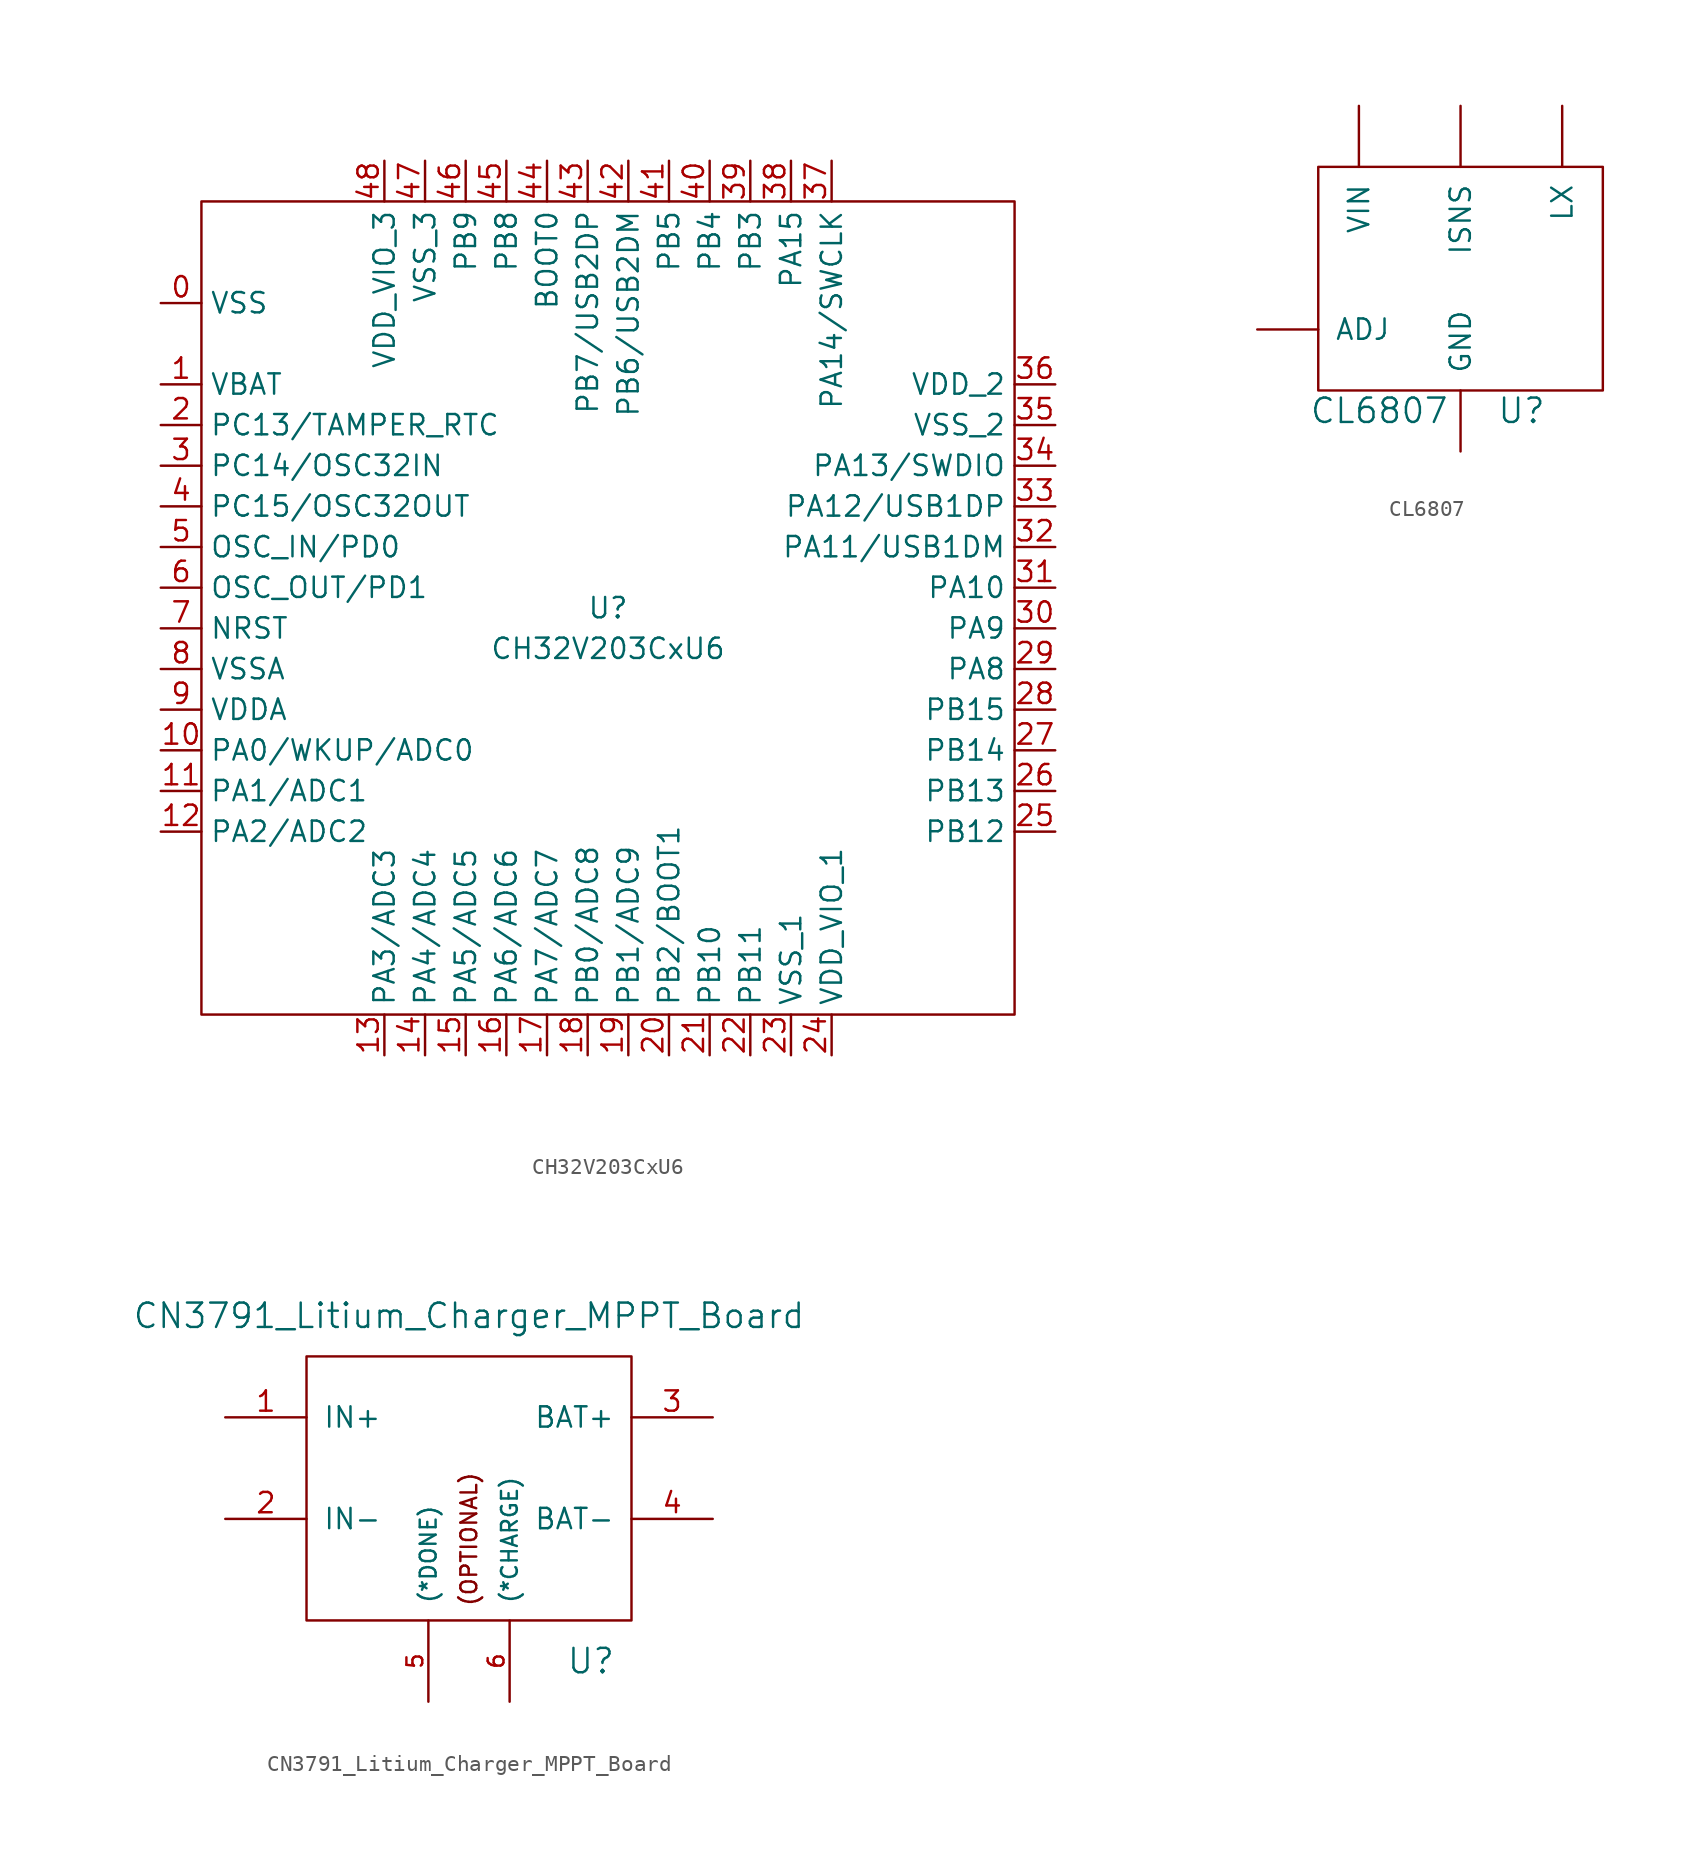
<source format=kicad_sym>
(kicad_symbol_lib
  (version 20220914)
  (generator kicad_symbol_editor)
  (symbol "CH32V203CxU6"
    (property "Reference" "U"
      (at 0 0 0)
      (effects (font (size 1.27 1.27))))
    (property "Value" "CH32V203CxU6"
      (at 0 -2.54 0)
      (effects (font (size 1.27 1.27))))
    (symbol "CH32V203CxU6_0_1"
      (rectangle (start -25.4 25.4) (end 25.4 -25.4) (stroke (width 0) (type default)) (fill (type none))))
    (symbol "CH32V203CxU6_1_1"
      (pin input line (at -27.94 19.05 0) (length 2.54) (name "VSS" (effects (font (size 1.27 1.27)))) (number "0" (effects (font (size 1.27 1.27)))))
      (pin input line (at -27.94 13.97 0) (length 2.54) (name "VBAT" (effects (font (size 1.27 1.27)))) (number "1" (effects (font (size 1.27 1.27)))))
      (pin input line (at -27.94 -8.89 0) (length 2.54) (name "PA0/WKUP/ADC0" (effects (font (size 1.27 1.27)))) (number "10" (effects (font (size 1.27 1.27)))))
      (pin input line (at -27.94 -11.43 0) (length 2.54) (name "PA1/ADC1" (effects (font (size 1.27 1.27)))) (number "11" (effects (font (size 1.27 1.27)))))
      (pin input line (at -27.94 -13.97 0) (length 2.54) (name "PA2/ADC2" (effects (font (size 1.27 1.27)))) (number "12" (effects (font (size 1.27 1.27)))))
      (pin input line (at -13.97 -27.94 90) (length 2.54) (name "PA3/ADC3" (effects (font (size 1.27 1.27)))) (number "13" (effects (font (size 1.27 1.27)))))
      (pin input line (at -11.43 -27.94 90) (length 2.54) (name "PA4/ADC4" (effects (font (size 1.27 1.27)))) (number "14" (effects (font (size 1.27 1.27)))))
      (pin input line (at -8.89 -27.94 90) (length 2.54) (name "PA5/ADC5" (effects (font (size 1.27 1.27)))) (number "15" (effects (font (size 1.27 1.27)))))
      (pin input line (at -6.35 -27.94 90) (length 2.54) (name "PA6/ADC6" (effects (font (size 1.27 1.27)))) (number "16" (effects (font (size 1.27 1.27)))))
      (pin input line (at -3.81 -27.94 90) (length 2.54) (name "PA7/ADC7" (effects (font (size 1.27 1.27)))) (number "17" (effects (font (size 1.27 1.27)))))
      (pin input line (at -1.27 -27.94 90) (length 2.54) (name "PB0/ADC8" (effects (font (size 1.27 1.27)))) (number "18" (effects (font (size 1.27 1.27)))))
      (pin input line (at 1.27 -27.94 90) (length 2.54) (name "PB1/ADC9" (effects (font (size 1.27 1.27)))) (number "19" (effects (font (size 1.27 1.27)))))
      (pin input line (at -27.94 11.43 0) (length 2.54) (name "PC13/TAMPER_RTC" (effects (font (size 1.27 1.27)))) (number "2" (effects (font (size 1.27 1.27)))))
      (pin input line (at 3.81 -27.94 90) (length 2.54) (name "PB2/BOOT1" (effects (font (size 1.27 1.27)))) (number "20" (effects (font (size 1.27 1.27)))))
      (pin input line (at 6.35 -27.94 90) (length 2.54) (name "PB10" (effects (font (size 1.27 1.27)))) (number "21" (effects (font (size 1.27 1.27)))))
      (pin input line (at 8.89 -27.94 90) (length 2.54) (name "PB11" (effects (font (size 1.27 1.27)))) (number "22" (effects (font (size 1.27 1.27)))))
      (pin input line (at 11.43 -27.94 90) (length 2.54) (name "VSS_1" (effects (font (size 1.27 1.27)))) (number "23" (effects (font (size 1.27 1.27)))))
      (pin input line (at 13.97 -27.94 90) (length 2.54) (name "VDD_VIO_1" (effects (font (size 1.27 1.27)))) (number "24" (effects (font (size 1.27 1.27)))))
      (pin input line (at 27.94 -13.97 180) (length 2.54) (name "PB12" (effects (font (size 1.27 1.27)))) (number "25" (effects (font (size 1.27 1.27)))))
      (pin input line (at 27.94 -11.43 180) (length 2.54) (name "PB13" (effects (font (size 1.27 1.27)))) (number "26" (effects (font (size 1.27 1.27)))))
      (pin input line (at 27.94 -8.89 180) (length 2.54) (name "PB14" (effects (font (size 1.27 1.27)))) (number "27" (effects (font (size 1.27 1.27)))))
      (pin input line (at 27.94 -6.35 180) (length 2.54) (name "PB15" (effects (font (size 1.27 1.27)))) (number "28" (effects (font (size 1.27 1.27)))))
      (pin input line (at 27.94 -3.81 180) (length 2.54) (name "PA8" (effects (font (size 1.27 1.27)))) (number "29" (effects (font (size 1.27 1.27)))))
      (pin input line (at -27.94 8.89 0) (length 2.54) (name "PC14/OSC32IN" (effects (font (size 1.27 1.27)))) (number "3" (effects (font (size 1.27 1.27)))))
      (pin input line (at 27.94 -1.27 180) (length 2.54) (name "PA9" (effects (font (size 1.27 1.27)))) (number "30" (effects (font (size 1.27 1.27)))))
      (pin input line (at 27.94 1.27 180) (length 2.54) (name "PA10" (effects (font (size 1.27 1.27)))) (number "31" (effects (font (size 1.27 1.27)))))
      (pin input line (at 27.94 3.81 180) (length 2.54) (name "PA11/USB1DM" (effects (font (size 1.27 1.27)))) (number "32" (effects (font (size 1.27 1.27)))))
      (pin input line (at 27.94 6.35 180) (length 2.54) (name "PA12/USB1DP" (effects (font (size 1.27 1.27)))) (number "33" (effects (font (size 1.27 1.27)))))
      (pin input line (at 27.94 8.89 180) (length 2.54) (name "PA13/SWDIO" (effects (font (size 1.27 1.27)))) (number "34" (effects (font (size 1.27 1.27)))))
      (pin input line (at 27.94 11.43 180) (length 2.54) (name "VSS_2" (effects (font (size 1.27 1.27)))) (number "35" (effects (font (size 1.27 1.27)))))
      (pin input line (at 27.94 13.97 180) (length 2.54) (name "VDD_2" (effects (font (size 1.27 1.27)))) (number "36" (effects (font (size 1.27 1.27)))))
      (pin input line (at 13.97 27.94 270) (length 2.54) (name "PA14/SWCLK" (effects (font (size 1.27 1.27)))) (number "37" (effects (font (size 1.27 1.27)))))
      (pin input line (at 11.43 27.94 270) (length 2.54) (name "PA15" (effects (font (size 1.27 1.27)))) (number "38" (effects (font (size 1.27 1.27)))))
      (pin input line (at 8.89 27.94 270) (length 2.54) (name "PB3" (effects (font (size 1.27 1.27)))) (number "39" (effects (font (size 1.27 1.27)))))
      (pin input line (at -27.94 6.35 0) (length 2.54) (name "PC15/OSC32OUT" (effects (font (size 1.27 1.27)))) (number "4" (effects (font (size 1.27 1.27)))))
      (pin input line (at 6.35 27.94 270) (length 2.54) (name "PB4" (effects (font (size 1.27 1.27)))) (number "40" (effects (font (size 1.27 1.27)))))
      (pin input line (at 3.81 27.94 270) (length 2.54) (name "PB5" (effects (font (size 1.27 1.27)))) (number "41" (effects (font (size 1.27 1.27)))))
      (pin input line (at 1.27 27.94 270) (length 2.54) (name "PB6/USB2DM" (effects (font (size 1.27 1.27)))) (number "42" (effects (font (size 1.27 1.27)))))
      (pin input line (at -1.27 27.94 270) (length 2.54) (name "PB7/USB2DP" (effects (font (size 1.27 1.27)))) (number "43" (effects (font (size 1.27 1.27)))))
      (pin input line (at -3.81 27.94 270) (length 2.54) (name "BOOT0" (effects (font (size 1.27 1.27)))) (number "44" (effects (font (size 1.27 1.27)))))
      (pin input line (at -6.35 27.94 270) (length 2.54) (name "PB8" (effects (font (size 1.27 1.27)))) (number "45" (effects (font (size 1.27 1.27)))))
      (pin input line (at -8.89 27.94 270) (length 2.54) (name "PB9" (effects (font (size 1.27 1.27)))) (number "46" (effects (font (size 1.27 1.27)))))
      (pin input line (at -11.43 27.94 270) (length 2.54) (name "VSS_3" (effects (font (size 1.27 1.27)))) (number "47" (effects (font (size 1.27 1.27)))))
      (pin input line (at -13.97 27.94 270) (length 2.54) (name "VDD_VIO_3" (effects (font (size 1.27 1.27)))) (number "48" (effects (font (size 1.27 1.27)))))
      (pin input line (at -27.94 3.81 0) (length 2.54) (name "OSC_IN/PD0" (effects (font (size 1.27 1.27)))) (number "5" (effects (font (size 1.27 1.27)))))
      (pin input line (at -27.94 1.27 0) (length 2.54) (name "OSC_OUT/PD1" (effects (font (size 1.27 1.27)))) (number "6" (effects (font (size 1.27 1.27)))))
      (pin input line (at -27.94 -1.27 0) (length 2.54) (name "NRST" (effects (font (size 1.27 1.27)))) (number "7" (effects (font (size 1.27 1.27)))))
      (pin input line (at -27.94 -3.81 0) (length 2.54) (name "VSSA" (effects (font (size 1.27 1.27)))) (number "8" (effects (font (size 1.27 1.27)))))
      (pin input line (at -27.94 -6.35 0) (length 2.54) (name "VDDA" (effects (font (size 1.27 1.27)))) (number "9" (effects (font (size 1.27 1.27)))))))
  (symbol "CL6807"
    (pin_names
      (offset 1.016))
    (property "Reference" "U"
      (at 3.81 -8.89 0)
      (effects (font (size 1.524 1.524))))
    (property "Value" "CL6807"
      (at -5.08 -8.89 0)
      (effects (font (size 1.524 1.524))))
    (property "Footprint" ""
      (at -1.27 1.27 0)
      (effects (font (size 1.524 1.524))))
    (property "Datasheet" ""
      (at -1.27 1.27 0)
      (effects (font (size 1.524 1.524))))
    (symbol "CL6807_0_1"
      (rectangle (start -8.89 6.35) (end 8.89 -7.62) (stroke (width 0) (type solid)) (fill (type none))))
    (symbol "CL6807_1_1"
      (pin input line (at -12.7 -3.81 0) (length 3.81) (name "ADJ" (effects (font (size 1.27 1.27)))) (number "~" (effects (font (size 1.27 1.27)))))
      (pin input line (at 0 -11.43 90) (length 3.81) (name "GND" (effects (font (size 1.27 1.27)))) (number "~" (effects (font (size 1.27 1.27)))))
      (pin input line (at 0 10.16 270) (length 3.81) (name "ISNS" (effects (font (size 1.27 1.27)))) (number "~" (effects (font (size 1.27 1.27)))))
      (pin input line (at 6.35 10.16 270) (length 3.81) (name "LX" (effects (font (size 1.27 1.27)))) (number "~" (effects (font (size 1.27 1.27)))))
      (pin input line (at -6.35 10.16 270) (length 3.81) (name "VIN" (effects (font (size 1.27 1.27)))) (number "~" (effects (font (size 1.27 1.27)))))))
  (symbol "CN3791_Litium_Charger_MPPT_Board"
    (pin_names
      (offset 1.016))
    (property "Reference" "U"
      (at 7.62 -11.43 0)
      (effects (font (size 1.524 1.524))))
    (property "Value" "CN3791_Litium_Charger_MPPT_Board"
      (at 0 10.16 0)
      (effects (font (size 1.524 1.524))))
    (property "Footprint" ""
      (at 11.43 -5.08 0)
      (effects (font (size 1.524 1.524))))
    (property "Datasheet" ""
      (at 11.43 -5.08 0)
      (effects (font (size 1.524 1.524))))
    (symbol "CN3791_Litium_Charger_MPPT_Board_0_0"
      (text "(OPTIONAL)" (at 0 -3.81 900) (effects (font (size 0.991 0.991)))))
    (symbol "CN3791_Litium_Charger_MPPT_Board_0_1"
      (rectangle (start -10.16 7.62) (end 10.16 -8.89) (stroke (width 0) (type solid)) (fill (type none))))
    (symbol "CN3791_Litium_Charger_MPPT_Board_1_1"
      (pin input line (at -15.24 3.81 0) (length 5.08) (name "IN+" (effects (font (size 1.27 1.27)))) (number "1" (effects (font (size 1.27 1.27)))))
      (pin input line (at -15.24 -2.54 0) (length 5.08) (name "IN-" (effects (font (size 1.27 1.27)))) (number "2" (effects (font (size 1.27 1.27)))))
      (pin input line (at 15.24 3.81 180) (length 5.08) (name "BAT+" (effects (font (size 1.27 1.27)))) (number "3" (effects (font (size 1.27 1.27)))))
      (pin input line (at 15.24 -2.54 180) (length 5.08) (name "BAT-" (effects (font (size 1.27 1.27)))) (number "4" (effects (font (size 1.27 1.27)))))
      (pin input line (at -2.54 -13.97 90) (length 5.08) (name "(*DONE)" (effects (font (size 0.991 0.991)))) (number "5" (effects (font (size 0.991 0.991)))))
      (pin input line (at 2.54 -13.97 90) (length 5.08) (name "(*CHARGE)" (effects (font (size 0.991 0.991)))) (number "6" (effects (font (size 0.991 0.991))))))))
</source>
